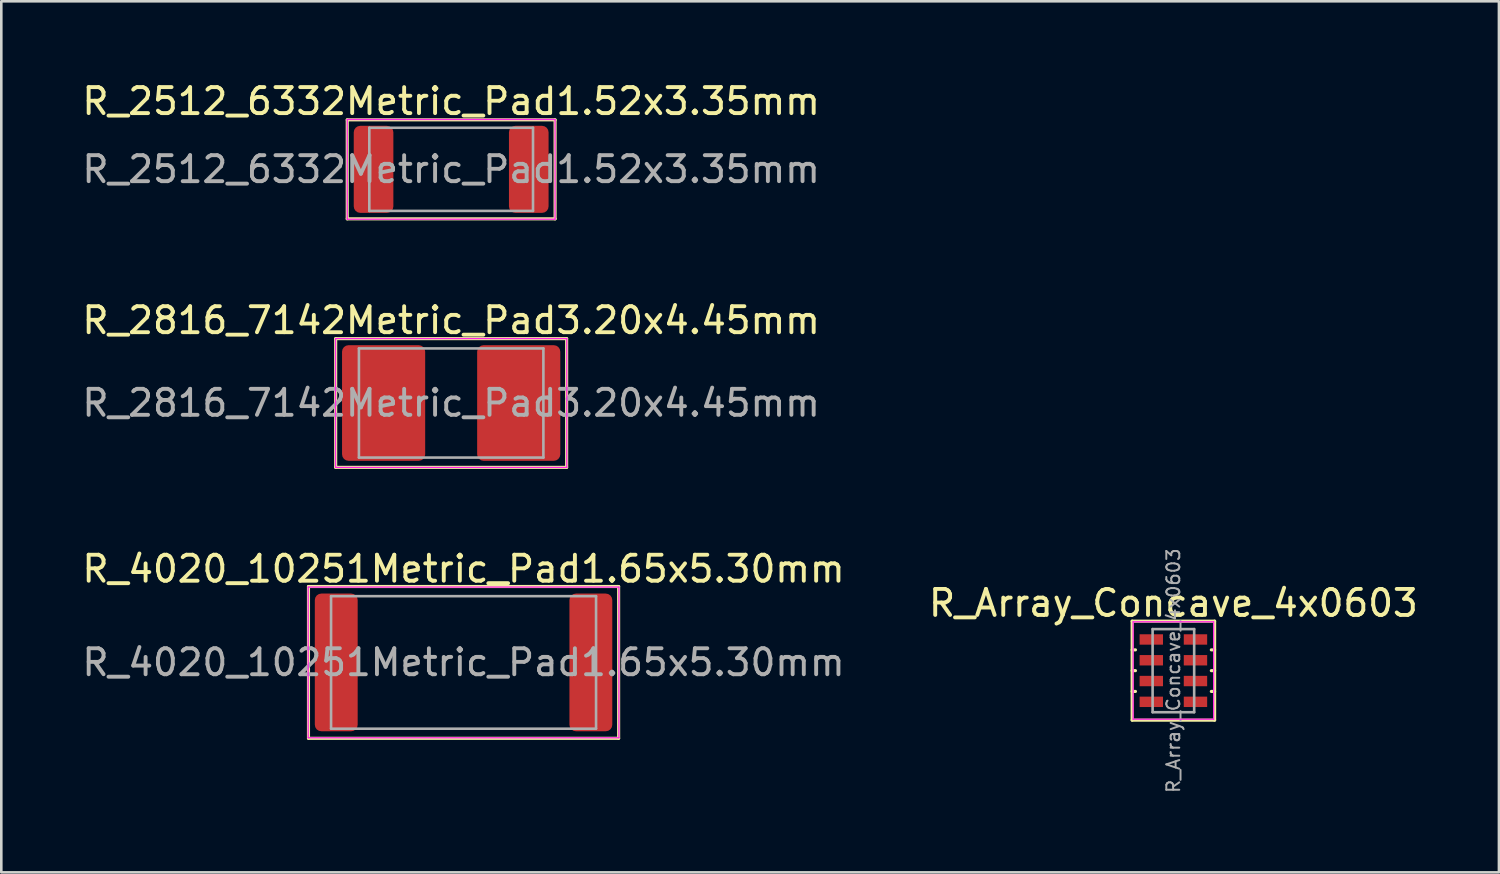
<source format=kicad_pcb>
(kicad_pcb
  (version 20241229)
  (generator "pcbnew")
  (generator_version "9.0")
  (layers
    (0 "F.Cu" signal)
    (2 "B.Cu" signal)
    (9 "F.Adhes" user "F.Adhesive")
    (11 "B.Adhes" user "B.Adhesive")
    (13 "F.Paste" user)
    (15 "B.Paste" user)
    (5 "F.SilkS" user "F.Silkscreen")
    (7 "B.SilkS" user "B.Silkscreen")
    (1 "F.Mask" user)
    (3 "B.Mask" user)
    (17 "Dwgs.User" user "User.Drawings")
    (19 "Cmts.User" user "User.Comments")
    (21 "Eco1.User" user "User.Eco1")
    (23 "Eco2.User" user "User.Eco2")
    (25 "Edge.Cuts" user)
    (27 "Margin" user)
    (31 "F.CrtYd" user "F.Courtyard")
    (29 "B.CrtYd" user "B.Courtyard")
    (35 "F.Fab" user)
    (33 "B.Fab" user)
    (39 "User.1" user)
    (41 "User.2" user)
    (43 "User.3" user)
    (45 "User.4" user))
  (footprint "R_2816_7142Metric_Pad3.20x4.45mm"
    (layer "F.Cu")
    (at 14.315 12.461)
    (property "Reference" "R_2816_7142Metric_Pad3.20x4.45mm" (at 0 -3.18 0) (layer "F.SilkS") (effects (font (size 1 1) (thickness 0.15))))
    (attr smd)
    (fp_line (start -4.445 -2.477) (end -4.445 2.477) (stroke (width 0.12) (type solid)) (layer "F.SilkS"))
    (fp_line (start -4.445 -2.477) (end 4.445 -2.477) (stroke (width 0.12) (type solid)) (layer "F.SilkS"))
    (fp_line (start -4.445 2.477) (end 4.445 2.477) (stroke (width 0.12) (type solid)) (layer "F.SilkS"))
    (fp_line (start 4.445 2.477) (end 4.445 -2.477) (stroke (width 0.12) (type solid)) (layer "F.SilkS"))
    (fp_line (start -4.45 -2.48) (end 4.45 -2.48) (stroke (width 0.05) (type solid)) (layer "F.CrtYd"))
    (fp_line (start -4.45 2.48) (end -4.45 -2.48) (stroke (width 0.05) (type solid)) (layer "F.CrtYd"))
    (fp_line (start 4.45 -2.48) (end 4.45 2.48) (stroke (width 0.05) (type solid)) (layer "F.CrtYd"))
    (fp_line (start 4.45 2.48) (end -4.45 2.48) (stroke (width 0.05) (type solid)) (layer "F.CrtYd"))
    (fp_line (start -3.55 -2.1) (end 3.55 -2.1) (stroke (width 0.1) (type solid)) (layer "F.Fab"))
    (fp_line (start -3.55 2.1) (end -3.55 -2.1) (stroke (width 0.1) (type solid)) (layer "F.Fab"))
    (fp_line (start 3.55 -2.1) (end 3.55 2.1) (stroke (width 0.1) (type solid)) (layer "F.Fab"))
    (fp_line (start 3.55 2.1) (end -3.55 2.1) (stroke (width 0.1) (type solid)) (layer "F.Fab"))
    (fp_text user "${REFERENCE}" (at 0 0 0) (layer "F.Fab") (effects (font (size 1 1) (thickness 0.15))))
    (pad "1" smd roundrect (at -2.6 0) (size 3.2 4.45) (layers "F.Cu" "F.Mask" "F.Paste") (roundrect_rratio 0.078))
    (pad "2" smd roundrect (at 2.6 0) (size 3.2 4.45) (layers "F.Cu" "F.Mask" "F.Paste") (roundrect_rratio 0.078)))
  (footprint "R_4020_10251Metric_Pad1.65x5.30mm"
    (layer "F.Cu")
    (at 14.792 22.446)
    (property "Reference" "R_4020_10251Metric_Pad1.65x5.30mm" (at 0 -3.6 0) (layer "F.SilkS") (effects (font (size 1 1) (thickness 0.15))))
    (attr smd)
    (fp_line (start -5.969 -2.921) (end -5.969 2.921) (stroke (width 0.12) (type solid)) (layer "F.SilkS"))
    (fp_line (start -5.969 2.921) (end 5.969 2.921) (stroke (width 0.12) (type solid)) (layer "F.SilkS"))
    (fp_line (start -3.747 -2.921) (end -5.969 -2.921) (stroke (width 0.12) (type solid)) (layer "F.SilkS"))
    (fp_line (start 5.969 -2.921) (end -3.747 -2.921) (stroke (width 0.12) (type solid)) (layer "F.SilkS"))
    (fp_line (start 5.969 2.921) (end 5.969 -2.921) (stroke (width 0.12) (type solid)) (layer "F.SilkS"))
    (fp_line (start -5.98 -2.9) (end 5.98 -2.9) (stroke (width 0.05) (type solid)) (layer "F.CrtYd"))
    (fp_line (start -5.98 2.9) (end -5.98 -2.9) (stroke (width 0.05) (type solid)) (layer "F.CrtYd"))
    (fp_line (start 5.98 -2.9) (end 5.98 2.9) (stroke (width 0.05) (type solid)) (layer "F.CrtYd"))
    (fp_line (start 5.98 2.9) (end -5.98 2.9) (stroke (width 0.05) (type solid)) (layer "F.CrtYd"))
    (fp_line (start -5.1 -2.55) (end 5.1 -2.55) (stroke (width 0.1) (type solid)) (layer "F.Fab"))
    (fp_line (start -5.1 2.55) (end -5.1 -2.55) (stroke (width 0.1) (type solid)) (layer "F.Fab"))
    (fp_line (start 5.1 -2.55) (end 5.1 2.55) (stroke (width 0.1) (type solid)) (layer "F.Fab"))
    (fp_line (start 5.1 2.55) (end -5.1 2.55) (stroke (width 0.1) (type solid)) (layer "F.Fab"))
    (fp_text user "${REFERENCE}" (at 0 0 0) (layer "F.Fab") (effects (font (size 1 1) (thickness 0.15))))
    (pad "1" smd roundrect (at -4.9 0) (size 1.65 5.3) (layers "F.Cu" "F.Mask" "F.Paste") (roundrect_rratio 0.152))
    (pad "2" smd roundrect (at 4.9 0) (size 1.65 5.3) (layers "F.Cu" "F.Mask" "F.Paste") (roundrect_rratio 0.152)))
  (footprint "R_2512_6332Metric_Pad1.52x3.35mm"
    (layer "F.Cu")
    (at 14.315 3.468)
    (property "Reference" "R_2512_6332Metric_Pad1.52x3.35mm" (at 0 -2.62 0) (layer "F.SilkS") (effects (font (size 1 1) (thickness 0.15))))
    (attr smd)
    (fp_line (start -4 -1.905) (end 4 -1.905) (stroke (width 0.12) (type solid)) (layer "F.SilkS"))
    (fp_line (start -4 1.905) (end -4 -1.905) (stroke (width 0.12) (type solid)) (layer "F.SilkS"))
    (fp_line (start 4 -1.905) (end 4 1.905) (stroke (width 0.12) (type solid)) (layer "F.SilkS"))
    (fp_line (start 4 1.905) (end -4 1.905) (stroke (width 0.12) (type solid)) (layer "F.SilkS"))
    (fp_line (start -4 -1.92) (end 4 -1.92) (stroke (width 0.05) (type solid)) (layer "F.CrtYd"))
    (fp_line (start -4 1.92) (end -4 -1.92) (stroke (width 0.05) (type solid)) (layer "F.CrtYd"))
    (fp_line (start 4 -1.92) (end 4 1.92) (stroke (width 0.05) (type solid)) (layer "F.CrtYd"))
    (fp_line (start 4 1.92) (end -4 1.92) (stroke (width 0.05) (type solid)) (layer "F.CrtYd"))
    (fp_line (start -3.15 -1.6) (end 3.15 -1.6) (stroke (width 0.1) (type solid)) (layer "F.Fab"))
    (fp_line (start -3.15 1.6) (end -3.15 -1.6) (stroke (width 0.1) (type solid)) (layer "F.Fab"))
    (fp_line (start 3.15 -1.6) (end 3.15 1.6) (stroke (width 0.1) (type solid)) (layer "F.Fab"))
    (fp_line (start 3.15 1.6) (end -3.15 1.6) (stroke (width 0.1) (type solid)) (layer "F.Fab"))
    (fp_text user "${REFERENCE}" (at 0 0 0) (layer "F.Fab") (effects (font (size 1 1) (thickness 0.15))))
    (pad "1" smd roundrect (at -2.987 0) (size 1.525 3.35) (layers "F.Cu" "F.Mask" "F.Paste") (roundrect_rratio 0.164))
    (pad "2" smd roundrect (at 2.987 0) (size 1.525 3.35) (layers "F.Cu" "F.Mask" "F.Paste") (roundrect_rratio 0.164)))
  (footprint "R_Array_Concave_4x0603"
    (layer "F.Cu")
    (at 42.113 22.763)
    (property "Reference" "R_Array_Concave_4x0603" (at 0 -2.6 0) (layer "F.SilkS") (effects (font (size 1 1) (thickness 0.15))))
    (attr smd)
    (fp_line (start -1.587 -1.905) (end 1.587 -1.905) (stroke (width 0.12) (type solid)) (layer "F.SilkS"))
    (fp_line (start -1.587 -0.8) (end -1.46 -0.8) (stroke (width 0.12) (type solid)) (layer "F.SilkS"))
    (fp_line (start -1.587 0) (end -1.46 0) (stroke (width 0.12) (type solid)) (layer "F.SilkS"))
    (fp_line (start -1.587 0.8) (end -1.46 0.8) (stroke (width 0.12) (type solid)) (layer "F.SilkS"))
    (fp_line (start -1.587 1.905) (end -1.587 -1.905) (stroke (width 0.12) (type solid)) (layer "F.SilkS"))
    (fp_line (start 1.587 -1.905) (end 1.587 1.905) (stroke (width 0.12) (type solid)) (layer "F.SilkS"))
    (fp_line (start 1.587 -0.8) (end 1.46 -0.8) (stroke (width 0.12) (type solid)) (layer "F.SilkS"))
    (fp_line (start 1.587 0) (end 1.46 0) (stroke (width 0.12) (type solid)) (layer "F.SilkS"))
    (fp_line (start 1.587 0.8) (end 1.46 0.8) (stroke (width 0.12) (type solid)) (layer "F.SilkS"))
    (fp_line (start 1.587 1.905) (end -1.587 1.905) (stroke (width 0.12) (type solid)) (layer "F.SilkS"))
    (fp_line (start -1.55 -1.88) (end -1.55 1.87) (stroke (width 0.05) (type solid)) (layer "F.CrtYd"))
    (fp_line (start -1.55 -1.88) (end 1.55 -1.88) (stroke (width 0.05) (type solid)) (layer "F.CrtYd"))
    (fp_line (start 1.55 1.87) (end -1.55 1.87) (stroke (width 0.05) (type solid)) (layer "F.CrtYd"))
    (fp_line (start 1.55 1.87) (end 1.55 -1.88) (stroke (width 0.05) (type solid)) (layer "F.CrtYd"))
    (fp_line (start -0.8 -1.6) (end 0.8 -1.6) (stroke (width 0.1) (type solid)) (layer "F.Fab"))
    (fp_line (start -0.8 1.6) (end -0.8 -1.6) (stroke (width 0.1) (type solid)) (layer "F.Fab"))
    (fp_line (start 0.8 -1.6) (end 0.8 1.6) (stroke (width 0.1) (type solid)) (layer "F.Fab"))
    (fp_line (start 0.8 1.6) (end -0.8 1.6) (stroke (width 0.1) (type solid)) (layer "F.Fab"))
    (fp_text user "${REFERENCE}" (at 0 0 90) (layer "F.Fab") (effects (font (size 0.5 0.5) (thickness 0.075))))
    (pad "1" smd rect (at -0.85 -1.2) (size 0.9 0.4) (layers "F.Cu" "F.Mask" "F.Paste"))
    (pad "2" smd rect (at -0.85 -0.4) (size 0.9 0.4) (layers "F.Cu" "F.Mask" "F.Paste"))
    (pad "3" smd rect (at -0.85 0.4) (size 0.9 0.4) (layers "F.Cu" "F.Mask" "F.Paste"))
    (pad "4" smd rect (at -0.85 1.2) (size 0.9 0.4) (layers "F.Cu" "F.Mask" "F.Paste"))
    (pad "5" smd rect (at 0.85 1.2) (size 0.9 0.4) (layers "F.Cu" "F.Mask" "F.Paste"))
    (pad "6" smd rect (at 0.85 0.4) (size 0.9 0.4) (layers "F.Cu" "F.Mask" "F.Paste"))
    (pad "7" smd rect (at 0.85 -0.4) (size 0.9 0.4) (layers "F.Cu" "F.Mask" "F.Paste"))
    (pad "8" smd rect (at 0.85 -1.2) (size 0.9 0.4) (layers "F.Cu" "F.Mask" "F.Paste")))
  (gr_rect
    (start -3 -3)
    (end 54.643 30.528)
    (stroke (width 0.1) (type default))
    (fill no)
    (layer "Edge.Cuts")))
</source>
